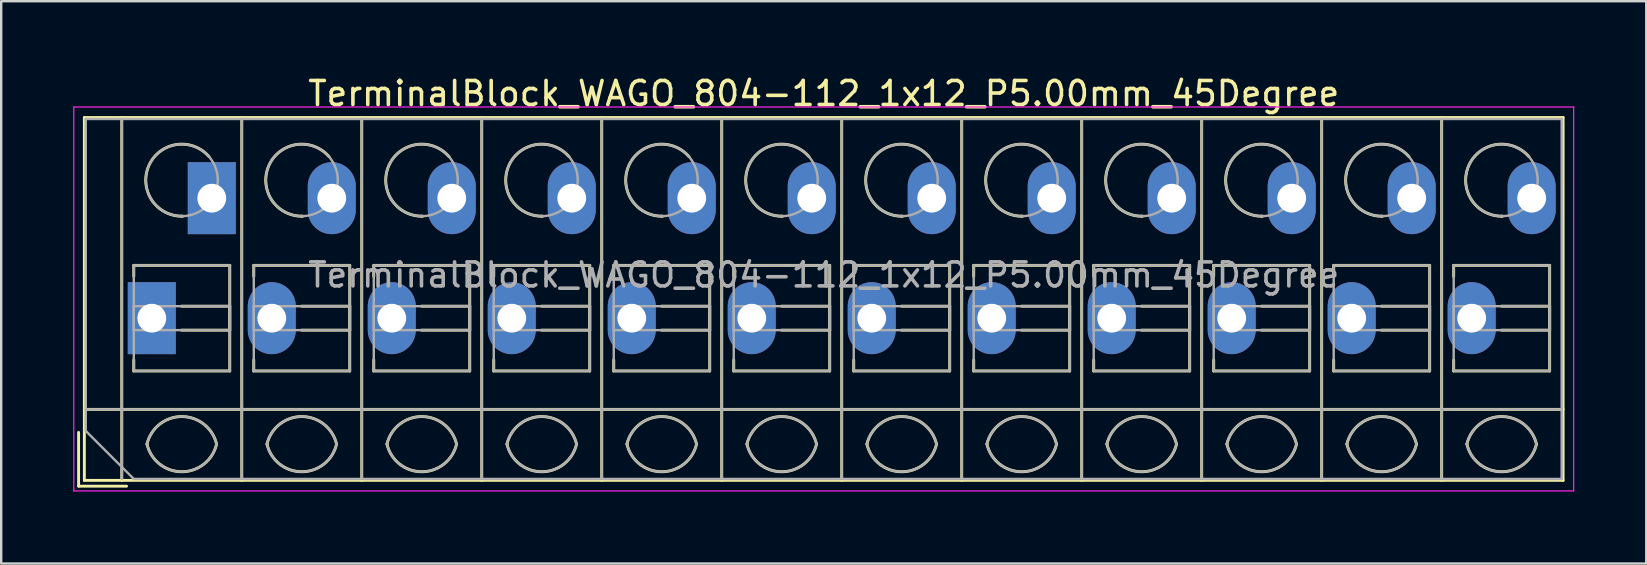
<source format=kicad_pcb>
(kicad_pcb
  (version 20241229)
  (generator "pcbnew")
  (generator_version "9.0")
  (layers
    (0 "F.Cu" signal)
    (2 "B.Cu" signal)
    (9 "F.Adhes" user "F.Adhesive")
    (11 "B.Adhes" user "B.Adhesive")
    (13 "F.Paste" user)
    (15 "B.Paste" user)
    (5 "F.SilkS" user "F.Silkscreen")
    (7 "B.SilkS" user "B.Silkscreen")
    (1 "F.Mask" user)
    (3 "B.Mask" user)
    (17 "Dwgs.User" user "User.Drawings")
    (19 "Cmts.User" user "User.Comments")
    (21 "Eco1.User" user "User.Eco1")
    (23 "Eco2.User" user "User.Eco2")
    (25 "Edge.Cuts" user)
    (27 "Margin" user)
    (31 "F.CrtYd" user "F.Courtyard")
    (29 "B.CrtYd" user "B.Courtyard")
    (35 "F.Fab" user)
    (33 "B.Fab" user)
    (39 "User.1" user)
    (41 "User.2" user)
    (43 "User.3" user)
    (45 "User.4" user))
  (footprint "TerminalBlock_WAGO_804-112_1x12_P5.00mm_45Degree"
    (layer "F.Cu")
    (at 3.275 10.208)
    (property "Reference" "TerminalBlock_WAGO_804-112_1x12_P5.00mm_45Degree" (at 28 -9.36 0) (layer "F.SilkS") (effects (font (size 1 1) (thickness 0.15))))
    (attr through_hole)
    (fp_line (start -3.05 4.76) (end -3.05 7) (stroke (width 0.12) (type solid)) (layer "F.SilkS"))
    (fp_line (start -3.05 7) (end -1.05 7) (stroke (width 0.12) (type solid)) (layer "F.SilkS"))
    (fp_line (start -2.81 -8.361) (end -2.81 6.76) (stroke (width 0.12) (type solid)) (layer "F.SilkS"))
    (fp_line (start -2.81 -8.361) (end 58.81 -8.361) (stroke (width 0.12) (type solid)) (layer "F.SilkS"))
    (fp_line (start -2.81 3.8) (end 58.81 3.8) (stroke (width 0.12) (type solid)) (layer "F.SilkS"))
    (fp_line (start -2.81 6.76) (end 58.81 6.76) (stroke (width 0.12) (type solid)) (layer "F.SilkS"))
    (fp_line (start -1.25 -8.361) (end -1.25 6.76) (stroke (width 0.12) (type solid)) (layer "F.SilkS"))
    (fp_line (start -0.75 -2.2) (end -0.75 -1.74) (stroke (width 0.12) (type solid)) (layer "F.SilkS"))
    (fp_line (start -0.75 -2.2) (end 3.25 -2.2) (stroke (width 0.12) (type solid)) (layer "F.SilkS"))
    (fp_line (start -0.75 1.74) (end -0.75 2.2) (stroke (width 0.12) (type solid)) (layer "F.SilkS"))
    (fp_line (start -0.75 2.2) (end 3.25 2.2) (stroke (width 0.12) (type solid)) (layer "F.SilkS"))
    (fp_line (start 1.24 -0.5) (end 3.25 -0.5) (stroke (width 0.12) (type solid)) (layer "F.SilkS"))
    (fp_line (start 1.24 0.5) (end 3.25 0.5) (stroke (width 0.12) (type solid)) (layer "F.SilkS"))
    (fp_line (start 3.25 -2.2) (end 3.25 2.2) (stroke (width 0.12) (type solid)) (layer "F.SilkS"))
    (fp_line (start 3.25 -0.5) (end 3.25 0.5) (stroke (width 0.12) (type solid)) (layer "F.SilkS"))
    (fp_line (start 3.75 -8.361) (end 3.75 6.76) (stroke (width 0.12) (type solid)) (layer "F.SilkS"))
    (fp_line (start 4.25 -2.2) (end 4.25 -1.74) (stroke (width 0.12) (type solid)) (layer "F.SilkS"))
    (fp_line (start 4.25 -2.2) (end 8.25 -2.2) (stroke (width 0.12) (type solid)) (layer "F.SilkS"))
    (fp_line (start 4.25 1.74) (end 4.25 2.2) (stroke (width 0.12) (type solid)) (layer "F.SilkS"))
    (fp_line (start 4.25 2.2) (end 8.25 2.2) (stroke (width 0.12) (type solid)) (layer "F.SilkS"))
    (fp_line (start 6.24 -0.5) (end 8.25 -0.5) (stroke (width 0.12) (type solid)) (layer "F.SilkS"))
    (fp_line (start 6.24 0.5) (end 8.25 0.5) (stroke (width 0.12) (type solid)) (layer "F.SilkS"))
    (fp_line (start 8.25 -2.2) (end 8.25 2.2) (stroke (width 0.12) (type solid)) (layer "F.SilkS"))
    (fp_line (start 8.25 -0.5) (end 8.25 0.5) (stroke (width 0.12) (type solid)) (layer "F.SilkS"))
    (fp_line (start 8.75 -8.361) (end 8.75 6.76) (stroke (width 0.12) (type solid)) (layer "F.SilkS"))
    (fp_line (start 9.25 -2.2) (end 9.25 -1.74) (stroke (width 0.12) (type solid)) (layer "F.SilkS"))
    (fp_line (start 9.25 -2.2) (end 13.25 -2.2) (stroke (width 0.12) (type solid)) (layer "F.SilkS"))
    (fp_line (start 9.25 1.74) (end 9.25 2.2) (stroke (width 0.12) (type solid)) (layer "F.SilkS"))
    (fp_line (start 9.25 2.2) (end 13.25 2.2) (stroke (width 0.12) (type solid)) (layer "F.SilkS"))
    (fp_line (start 11.24 -0.5) (end 13.25 -0.5) (stroke (width 0.12) (type solid)) (layer "F.SilkS"))
    (fp_line (start 11.24 0.5) (end 13.25 0.5) (stroke (width 0.12) (type solid)) (layer "F.SilkS"))
    (fp_line (start 13.25 -2.2) (end 13.25 2.2) (stroke (width 0.12) (type solid)) (layer "F.SilkS"))
    (fp_line (start 13.25 -0.5) (end 13.25 0.5) (stroke (width 0.12) (type solid)) (layer "F.SilkS"))
    (fp_line (start 13.75 -8.361) (end 13.75 6.76) (stroke (width 0.12) (type solid)) (layer "F.SilkS"))
    (fp_line (start 14.25 -2.2) (end 14.25 -1.74) (stroke (width 0.12) (type solid)) (layer "F.SilkS"))
    (fp_line (start 14.25 -2.2) (end 18.25 -2.2) (stroke (width 0.12) (type solid)) (layer "F.SilkS"))
    (fp_line (start 14.25 1.74) (end 14.25 2.2) (stroke (width 0.12) (type solid)) (layer "F.SilkS"))
    (fp_line (start 14.25 2.2) (end 18.25 2.2) (stroke (width 0.12) (type solid)) (layer "F.SilkS"))
    (fp_line (start 16.24 -0.5) (end 18.25 -0.5) (stroke (width 0.12) (type solid)) (layer "F.SilkS"))
    (fp_line (start 16.24 0.5) (end 18.25 0.5) (stroke (width 0.12) (type solid)) (layer "F.SilkS"))
    (fp_line (start 18.25 -2.2) (end 18.25 2.2) (stroke (width 0.12) (type solid)) (layer "F.SilkS"))
    (fp_line (start 18.25 -0.5) (end 18.25 0.5) (stroke (width 0.12) (type solid)) (layer "F.SilkS"))
    (fp_line (start 18.75 -8.361) (end 18.75 6.76) (stroke (width 0.12) (type solid)) (layer "F.SilkS"))
    (fp_line (start 19.25 -2.2) (end 19.25 -1.74) (stroke (width 0.12) (type solid)) (layer "F.SilkS"))
    (fp_line (start 19.25 -2.2) (end 23.25 -2.2) (stroke (width 0.12) (type solid)) (layer "F.SilkS"))
    (fp_line (start 19.25 1.74) (end 19.25 2.2) (stroke (width 0.12) (type solid)) (layer "F.SilkS"))
    (fp_line (start 19.25 2.2) (end 23.25 2.2) (stroke (width 0.12) (type solid)) (layer "F.SilkS"))
    (fp_line (start 21.24 -0.5) (end 23.25 -0.5) (stroke (width 0.12) (type solid)) (layer "F.SilkS"))
    (fp_line (start 21.24 0.5) (end 23.25 0.5) (stroke (width 0.12) (type solid)) (layer "F.SilkS"))
    (fp_line (start 23.25 -2.2) (end 23.25 2.2) (stroke (width 0.12) (type solid)) (layer "F.SilkS"))
    (fp_line (start 23.25 -0.5) (end 23.25 0.5) (stroke (width 0.12) (type solid)) (layer "F.SilkS"))
    (fp_line (start 23.75 -8.361) (end 23.75 6.76) (stroke (width 0.12) (type solid)) (layer "F.SilkS"))
    (fp_line (start 24.25 -2.2) (end 24.25 -1.74) (stroke (width 0.12) (type solid)) (layer "F.SilkS"))
    (fp_line (start 24.25 -2.2) (end 28.25 -2.2) (stroke (width 0.12) (type solid)) (layer "F.SilkS"))
    (fp_line (start 24.25 1.74) (end 24.25 2.2) (stroke (width 0.12) (type solid)) (layer "F.SilkS"))
    (fp_line (start 24.25 2.2) (end 28.25 2.2) (stroke (width 0.12) (type solid)) (layer "F.SilkS"))
    (fp_line (start 26.24 -0.5) (end 28.25 -0.5) (stroke (width 0.12) (type solid)) (layer "F.SilkS"))
    (fp_line (start 26.24 0.5) (end 28.25 0.5) (stroke (width 0.12) (type solid)) (layer "F.SilkS"))
    (fp_line (start 28.25 -2.2) (end 28.25 2.2) (stroke (width 0.12) (type solid)) (layer "F.SilkS"))
    (fp_line (start 28.25 -0.5) (end 28.25 0.5) (stroke (width 0.12) (type solid)) (layer "F.SilkS"))
    (fp_line (start 28.75 -8.361) (end 28.75 6.76) (stroke (width 0.12) (type solid)) (layer "F.SilkS"))
    (fp_line (start 29.25 -2.2) (end 29.25 -1.74) (stroke (width 0.12) (type solid)) (layer "F.SilkS"))
    (fp_line (start 29.25 -2.2) (end 33.25 -2.2) (stroke (width 0.12) (type solid)) (layer "F.SilkS"))
    (fp_line (start 29.25 1.74) (end 29.25 2.2) (stroke (width 0.12) (type solid)) (layer "F.SilkS"))
    (fp_line (start 29.25 2.2) (end 33.25 2.2) (stroke (width 0.12) (type solid)) (layer "F.SilkS"))
    (fp_line (start 31.24 -0.5) (end 33.25 -0.5) (stroke (width 0.12) (type solid)) (layer "F.SilkS"))
    (fp_line (start 31.24 0.5) (end 33.25 0.5) (stroke (width 0.12) (type solid)) (layer "F.SilkS"))
    (fp_line (start 33.25 -2.2) (end 33.25 2.2) (stroke (width 0.12) (type solid)) (layer "F.SilkS"))
    (fp_line (start 33.25 -0.5) (end 33.25 0.5) (stroke (width 0.12) (type solid)) (layer "F.SilkS"))
    (fp_line (start 33.75 -8.361) (end 33.75 6.76) (stroke (width 0.12) (type solid)) (layer "F.SilkS"))
    (fp_line (start 34.25 -2.2) (end 34.25 -1.74) (stroke (width 0.12) (type solid)) (layer "F.SilkS"))
    (fp_line (start 34.25 -2.2) (end 38.25 -2.2) (stroke (width 0.12) (type solid)) (layer "F.SilkS"))
    (fp_line (start 34.25 1.74) (end 34.25 2.2) (stroke (width 0.12) (type solid)) (layer "F.SilkS"))
    (fp_line (start 34.25 2.2) (end 38.25 2.2) (stroke (width 0.12) (type solid)) (layer "F.SilkS"))
    (fp_line (start 36.24 -0.5) (end 38.25 -0.5) (stroke (width 0.12) (type solid)) (layer "F.SilkS"))
    (fp_line (start 36.24 0.5) (end 38.25 0.5) (stroke (width 0.12) (type solid)) (layer "F.SilkS"))
    (fp_line (start 38.25 -2.2) (end 38.25 2.2) (stroke (width 0.12) (type solid)) (layer "F.SilkS"))
    (fp_line (start 38.25 -0.5) (end 38.25 0.5) (stroke (width 0.12) (type solid)) (layer "F.SilkS"))
    (fp_line (start 38.75 -8.361) (end 38.75 6.76) (stroke (width 0.12) (type solid)) (layer "F.SilkS"))
    (fp_line (start 39.25 -2.2) (end 39.25 -1.74) (stroke (width 0.12) (type solid)) (layer "F.SilkS"))
    (fp_line (start 39.25 -2.2) (end 43.25 -2.2) (stroke (width 0.12) (type solid)) (layer "F.SilkS"))
    (fp_line (start 39.25 1.74) (end 39.25 2.2) (stroke (width 0.12) (type solid)) (layer "F.SilkS"))
    (fp_line (start 39.25 2.2) (end 43.25 2.2) (stroke (width 0.12) (type solid)) (layer "F.SilkS"))
    (fp_line (start 41.24 -0.5) (end 43.25 -0.5) (stroke (width 0.12) (type solid)) (layer "F.SilkS"))
    (fp_line (start 41.24 0.5) (end 43.25 0.5) (stroke (width 0.12) (type solid)) (layer "F.SilkS"))
    (fp_line (start 43.25 -2.2) (end 43.25 2.2) (stroke (width 0.12) (type solid)) (layer "F.SilkS"))
    (fp_line (start 43.25 -0.5) (end 43.25 0.5) (stroke (width 0.12) (type solid)) (layer "F.SilkS"))
    (fp_line (start 43.75 -8.361) (end 43.75 6.76) (stroke (width 0.12) (type solid)) (layer "F.SilkS"))
    (fp_line (start 44.25 -2.2) (end 44.25 -1.74) (stroke (width 0.12) (type solid)) (layer "F.SilkS"))
    (fp_line (start 44.25 -2.2) (end 48.25 -2.2) (stroke (width 0.12) (type solid)) (layer "F.SilkS"))
    (fp_line (start 44.25 1.74) (end 44.25 2.2) (stroke (width 0.12) (type solid)) (layer "F.SilkS"))
    (fp_line (start 44.25 2.2) (end 48.25 2.2) (stroke (width 0.12) (type solid)) (layer "F.SilkS"))
    (fp_line (start 46.24 -0.5) (end 48.25 -0.5) (stroke (width 0.12) (type solid)) (layer "F.SilkS"))
    (fp_line (start 46.24 0.5) (end 48.25 0.5) (stroke (width 0.12) (type solid)) (layer "F.SilkS"))
    (fp_line (start 48.25 -2.2) (end 48.25 2.2) (stroke (width 0.12) (type solid)) (layer "F.SilkS"))
    (fp_line (start 48.25 -0.5) (end 48.25 0.5) (stroke (width 0.12) (type solid)) (layer "F.SilkS"))
    (fp_line (start 48.75 -8.361) (end 48.75 6.76) (stroke (width 0.12) (type solid)) (layer "F.SilkS"))
    (fp_line (start 49.25 -2.2) (end 49.25 -1.74) (stroke (width 0.12) (type solid)) (layer "F.SilkS"))
    (fp_line (start 49.25 -2.2) (end 53.25 -2.2) (stroke (width 0.12) (type solid)) (layer "F.SilkS"))
    (fp_line (start 49.25 1.74) (end 49.25 2.2) (stroke (width 0.12) (type solid)) (layer "F.SilkS"))
    (fp_line (start 49.25 2.2) (end 53.25 2.2) (stroke (width 0.12) (type solid)) (layer "F.SilkS"))
    (fp_line (start 51.24 -0.5) (end 53.25 -0.5) (stroke (width 0.12) (type solid)) (layer "F.SilkS"))
    (fp_line (start 51.24 0.5) (end 53.25 0.5) (stroke (width 0.12) (type solid)) (layer "F.SilkS"))
    (fp_line (start 53.25 -2.2) (end 53.25 2.2) (stroke (width 0.12) (type solid)) (layer "F.SilkS"))
    (fp_line (start 53.25 -0.5) (end 53.25 0.5) (stroke (width 0.12) (type solid)) (layer "F.SilkS"))
    (fp_line (start 53.75 -8.361) (end 53.75 6.76) (stroke (width 0.12) (type solid)) (layer "F.SilkS"))
    (fp_line (start 54.25 -2.2) (end 54.25 -1.74) (stroke (width 0.12) (type solid)) (layer "F.SilkS"))
    (fp_line (start 54.25 -2.2) (end 58.25 -2.2) (stroke (width 0.12) (type solid)) (layer "F.SilkS"))
    (fp_line (start 54.25 1.74) (end 54.25 2.2) (stroke (width 0.12) (type solid)) (layer "F.SilkS"))
    (fp_line (start 54.25 2.2) (end 58.25 2.2) (stroke (width 0.12) (type solid)) (layer "F.SilkS"))
    (fp_line (start 56.24 -0.5) (end 58.25 -0.5) (stroke (width 0.12) (type solid)) (layer "F.SilkS"))
    (fp_line (start 56.24 0.5) (end 58.25 0.5) (stroke (width 0.12) (type solid)) (layer "F.SilkS"))
    (fp_line (start 58.25 -2.2) (end 58.25 2.2) (stroke (width 0.12) (type solid)) (layer "F.SilkS"))
    (fp_line (start 58.25 -0.5) (end 58.25 0.5) (stroke (width 0.12) (type solid)) (layer "F.SilkS"))
    (fp_line (start 58.81 -8.361) (end 58.81 6.76) (stroke (width 0.12) (type solid)) (layer "F.SilkS"))
    (fp_arc (start -0.200865 5.250424) (mid 1.250296 4.099926) (end 2.701 5.251) (stroke (width 0.12) (type solid)) (layer "F.SilkS"))
    (fp_arc (start 1.276179 -4.250228) (mid 1.26309 -4.250057) (end 1.25 -4.25) (stroke (width 0.12) (type solid)) (layer "F.SilkS"))
    (fp_arc (start 1.276275 -4.248926) (mid -0.121539 -6.360568) (end 2.383 -6.735) (stroke (width 0.12) (type solid)) (layer "F.SilkS"))
    (fp_arc (start 2.7 5.25) (mid 1.250068 6.400101) (end -0.199969 5.250133) (stroke (width 0.12) (type solid)) (layer "F.SilkS"))
    (fp_arc (start 4.799135 5.250424) (mid 6.250296 4.099926) (end 7.701 5.251) (stroke (width 0.12) (type solid)) (layer "F.SilkS"))
    (fp_arc (start 6.276179 -4.250228) (mid 6.26309 -4.250057) (end 6.25 -4.25) (stroke (width 0.12) (type solid)) (layer "F.SilkS"))
    (fp_arc (start 6.276275 -4.248926) (mid 4.878461 -6.360568) (end 7.383 -6.735) (stroke (width 0.12) (type solid)) (layer "F.SilkS"))
    (fp_arc (start 7.7 5.25) (mid 6.250068 6.400101) (end 4.800031 5.250133) (stroke (width 0.12) (type solid)) (layer "F.SilkS"))
    (fp_arc (start 9.799135 5.250424) (mid 11.250296 4.099926) (end 12.701 5.251) (stroke (width 0.12) (type solid)) (layer "F.SilkS"))
    (fp_arc (start 11.276179 -4.250228) (mid 11.26309 -4.250057) (end 11.25 -4.25) (stroke (width 0.12) (type solid)) (layer "F.SilkS"))
    (fp_arc (start 11.276275 -4.248926) (mid 9.878461 -6.360568) (end 12.383 -6.735) (stroke (width 0.12) (type solid)) (layer "F.SilkS"))
    (fp_arc (start 12.7 5.25) (mid 11.250068 6.400101) (end 9.800031 5.250133) (stroke (width 0.12) (type solid)) (layer "F.SilkS"))
    (fp_arc (start 14.799135 5.250424) (mid 16.250296 4.099926) (end 17.701 5.251) (stroke (width 0.12) (type solid)) (layer "F.SilkS"))
    (fp_arc (start 16.276179 -4.250228) (mid 16.26309 -4.250057) (end 16.25 -4.25) (stroke (width 0.12) (type solid)) (layer "F.SilkS"))
    (fp_arc (start 16.276275 -4.248926) (mid 14.878461 -6.360568) (end 17.383 -6.735) (stroke (width 0.12) (type solid)) (layer "F.SilkS"))
    (fp_arc (start 17.7 5.25) (mid 16.250068 6.400101) (end 14.800031 5.250133) (stroke (width 0.12) (type solid)) (layer "F.SilkS"))
    (fp_arc (start 19.799135 5.250424) (mid 21.250296 4.099926) (end 22.701 5.251) (stroke (width 0.12) (type solid)) (layer "F.SilkS"))
    (fp_arc (start 21.276179 -4.250228) (mid 21.26309 -4.250057) (end 21.25 -4.25) (stroke (width 0.12) (type solid)) (layer "F.SilkS"))
    (fp_arc (start 21.276275 -4.248926) (mid 19.878461 -6.360568) (end 22.383 -6.735) (stroke (width 0.12) (type solid)) (layer "F.SilkS"))
    (fp_arc (start 22.7 5.25) (mid 21.250068 6.400101) (end 19.800031 5.250133) (stroke (width 0.12) (type solid)) (layer "F.SilkS"))
    (fp_arc (start 24.799135 5.250424) (mid 26.250296 4.099926) (end 27.701 5.251) (stroke (width 0.12) (type solid)) (layer "F.SilkS"))
    (fp_arc (start 26.276179 -4.250228) (mid 26.26309 -4.250057) (end 26.25 -4.25) (stroke (width 0.12) (type solid)) (layer "F.SilkS"))
    (fp_arc (start 26.276275 -4.248926) (mid 24.878461 -6.360568) (end 27.383 -6.735) (stroke (width 0.12) (type solid)) (layer "F.SilkS"))
    (fp_arc (start 27.7 5.25) (mid 26.250068 6.400101) (end 24.800031 5.250133) (stroke (width 0.12) (type solid)) (layer "F.SilkS"))
    (fp_arc (start 29.799135 5.250424) (mid 31.250296 4.099926) (end 32.701 5.251) (stroke (width 0.12) (type solid)) (layer "F.SilkS"))
    (fp_arc (start 31.276179 -4.250228) (mid 31.26309 -4.250057) (end 31.25 -4.25) (stroke (width 0.12) (type solid)) (layer "F.SilkS"))
    (fp_arc (start 31.276275 -4.248926) (mid 29.878461 -6.360568) (end 32.383 -6.735) (stroke (width 0.12) (type solid)) (layer "F.SilkS"))
    (fp_arc (start 32.701 5.25) (mid 31.250296 6.401074) (end 29.799135 5.250576) (stroke (width 0.12) (type solid)) (layer "F.SilkS"))
    (fp_arc (start 34.799135 5.250424) (mid 36.250296 4.099926) (end 37.701 5.251) (stroke (width 0.12) (type solid)) (layer "F.SilkS"))
    (fp_arc (start 36.276179 -4.250228) (mid 36.26309 -4.250057) (end 36.25 -4.25) (stroke (width 0.12) (type solid)) (layer "F.SilkS"))
    (fp_arc (start 36.276275 -4.248926) (mid 34.878461 -6.360568) (end 37.383 -6.735) (stroke (width 0.12) (type solid)) (layer "F.SilkS"))
    (fp_arc (start 37.7 5.25) (mid 36.250068 6.400101) (end 34.800031 5.250133) (stroke (width 0.12) (type solid)) (layer "F.SilkS"))
    (fp_arc (start 39.799135 5.250424) (mid 41.250296 4.099926) (end 42.701 5.251) (stroke (width 0.12) (type solid)) (layer "F.SilkS"))
    (fp_arc (start 41.276179 -4.250228) (mid 41.26309 -4.250057) (end 41.25 -4.25) (stroke (width 0.12) (type solid)) (layer "F.SilkS"))
    (fp_arc (start 41.276275 -4.248926) (mid 39.878461 -6.360568) (end 42.383 -6.735) (stroke (width 0.12) (type solid)) (layer "F.SilkS"))
    (fp_arc (start 42.7 5.25) (mid 41.250068 6.400101) (end 39.800031 5.250133) (stroke (width 0.12) (type solid)) (layer "F.SilkS"))
    (fp_arc (start 44.799135 5.250424) (mid 46.250296 4.099926) (end 47.701 5.251) (stroke (width 0.12) (type solid)) (layer "F.SilkS"))
    (fp_arc (start 46.276179 -4.250228) (mid 46.26309 -4.250057) (end 46.25 -4.25) (stroke (width 0.12) (type solid)) (layer "F.SilkS"))
    (fp_arc (start 46.276275 -4.248926) (mid 44.878461 -6.360568) (end 47.383 -6.735) (stroke (width 0.12) (type solid)) (layer "F.SilkS"))
    (fp_arc (start 47.7 5.25) (mid 46.250068 6.400101) (end 44.800031 5.250133) (stroke (width 0.12) (type solid)) (layer "F.SilkS"))
    (fp_arc (start 49.799135 5.250424) (mid 51.250296 4.099926) (end 52.701 5.251) (stroke (width 0.12) (type solid)) (layer "F.SilkS"))
    (fp_arc (start 51.276179 -4.250228) (mid 51.26309 -4.250057) (end 51.25 -4.25) (stroke (width 0.12) (type solid)) (layer "F.SilkS"))
    (fp_arc (start 51.276275 -4.248926) (mid 49.878461 -6.360568) (end 52.383 -6.735) (stroke (width 0.12) (type solid)) (layer "F.SilkS"))
    (fp_arc (start 52.7 5.25) (mid 51.250068 6.400101) (end 49.800031 5.250133) (stroke (width 0.12) (type solid)) (layer "F.SilkS"))
    (fp_arc (start 54.799135 5.250424) (mid 56.250296 4.099926) (end 57.701 5.251) (stroke (width 0.12) (type solid)) (layer "F.SilkS"))
    (fp_arc (start 56.276179 -4.250228) (mid 56.26309 -4.250057) (end 56.25 -4.25) (stroke (width 0.12) (type solid)) (layer "F.SilkS"))
    (fp_arc (start 56.276275 -4.248926) (mid 54.878461 -6.360568) (end 57.383 -6.735) (stroke (width 0.12) (type solid)) (layer "F.SilkS"))
    (fp_arc (start 57.7 5.25) (mid 56.250068 6.400101) (end 54.800031 5.250133) (stroke (width 0.12) (type solid)) (layer "F.SilkS"))
    (fp_line (start -3.25 -8.8) (end -3.25 7.2) (stroke (width 0.05) (type solid)) (layer "F.CrtYd"))
    (fp_line (start -3.25 7.2) (end 59.25 7.2) (stroke (width 0.05) (type solid)) (layer "F.CrtYd"))
    (fp_line (start 59.25 -8.8) (end -3.25 -8.8) (stroke (width 0.05) (type solid)) (layer "F.CrtYd"))
    (fp_line (start 59.25 7.2) (end 59.25 -8.8) (stroke (width 0.05) (type solid)) (layer "F.CrtYd"))
    (fp_line (start -2.75 -8.3) (end 58.75 -8.3) (stroke (width 0.1) (type solid)) (layer "F.Fab"))
    (fp_line (start -2.75 3.8) (end 58.75 3.8) (stroke (width 0.1) (type solid)) (layer "F.Fab"))
    (fp_line (start -2.75 4.7) (end -2.75 -8.3) (stroke (width 0.1) (type solid)) (layer "F.Fab"))
    (fp_line (start -1.25 -8.3) (end -1.25 6.7) (stroke (width 0.1) (type solid)) (layer "F.Fab"))
    (fp_line (start -0.75 -2.2) (end -0.75 2.2) (stroke (width 0.1) (type solid)) (layer "F.Fab"))
    (fp_line (start -0.75 -0.5) (end -0.75 0.5) (stroke (width 0.1) (type solid)) (layer "F.Fab"))
    (fp_line (start -0.75 0.5) (end 3.25 0.5) (stroke (width 0.1) (type solid)) (layer "F.Fab"))
    (fp_line (start -0.75 2.2) (end 3.25 2.2) (stroke (width 0.1) (type solid)) (layer "F.Fab"))
    (fp_line (start -0.75 6.7) (end -2.75 4.7) (stroke (width 0.1) (type solid)) (layer "F.Fab"))
    (fp_line (start 3.25 -2.2) (end -0.75 -2.2) (stroke (width 0.1) (type solid)) (layer "F.Fab"))
    (fp_line (start 3.25 -0.5) (end -0.75 -0.5) (stroke (width 0.1) (type solid)) (layer "F.Fab"))
    (fp_line (start 3.25 0.5) (end 3.25 -0.5) (stroke (width 0.1) (type solid)) (layer "F.Fab"))
    (fp_line (start 3.25 2.2) (end 3.25 -2.2) (stroke (width 0.1) (type solid)) (layer "F.Fab"))
    (fp_line (start 3.75 -8.3) (end 3.75 6.7) (stroke (width 0.1) (type solid)) (layer "F.Fab"))
    (fp_line (start 4.25 -2.2) (end 4.25 2.2) (stroke (width 0.1) (type solid)) (layer "F.Fab"))
    (fp_line (start 4.25 -0.5) (end 4.25 0.5) (stroke (width 0.1) (type solid)) (layer "F.Fab"))
    (fp_line (start 4.25 0.5) (end 8.25 0.5) (stroke (width 0.1) (type solid)) (layer "F.Fab"))
    (fp_line (start 4.25 2.2) (end 8.25 2.2) (stroke (width 0.1) (type solid)) (layer "F.Fab"))
    (fp_line (start 8.25 -2.2) (end 4.25 -2.2) (stroke (width 0.1) (type solid)) (layer "F.Fab"))
    (fp_line (start 8.25 -0.5) (end 4.25 -0.5) (stroke (width 0.1) (type solid)) (layer "F.Fab"))
    (fp_line (start 8.25 0.5) (end 8.25 -0.5) (stroke (width 0.1) (type solid)) (layer "F.Fab"))
    (fp_line (start 8.25 2.2) (end 8.25 -2.2) (stroke (width 0.1) (type solid)) (layer "F.Fab"))
    (fp_line (start 8.75 -8.3) (end 8.75 6.7) (stroke (width 0.1) (type solid)) (layer "F.Fab"))
    (fp_line (start 9.25 -2.2) (end 9.25 2.2) (stroke (width 0.1) (type solid)) (layer "F.Fab"))
    (fp_line (start 9.25 -0.5) (end 9.25 0.5) (stroke (width 0.1) (type solid)) (layer "F.Fab"))
    (fp_line (start 9.25 0.5) (end 13.25 0.5) (stroke (width 0.1) (type solid)) (layer "F.Fab"))
    (fp_line (start 9.25 2.2) (end 13.25 2.2) (stroke (width 0.1) (type solid)) (layer "F.Fab"))
    (fp_line (start 13.25 -2.2) (end 9.25 -2.2) (stroke (width 0.1) (type solid)) (layer "F.Fab"))
    (fp_line (start 13.25 -0.5) (end 9.25 -0.5) (stroke (width 0.1) (type solid)) (layer "F.Fab"))
    (fp_line (start 13.25 0.5) (end 13.25 -0.5) (stroke (width 0.1) (type solid)) (layer "F.Fab"))
    (fp_line (start 13.25 2.2) (end 13.25 -2.2) (stroke (width 0.1) (type solid)) (layer "F.Fab"))
    (fp_line (start 13.75 -8.3) (end 13.75 6.7) (stroke (width 0.1) (type solid)) (layer "F.Fab"))
    (fp_line (start 14.25 -2.2) (end 14.25 2.2) (stroke (width 0.1) (type solid)) (layer "F.Fab"))
    (fp_line (start 14.25 -0.5) (end 14.25 0.5) (stroke (width 0.1) (type solid)) (layer "F.Fab"))
    (fp_line (start 14.25 0.5) (end 18.25 0.5) (stroke (width 0.1) (type solid)) (layer "F.Fab"))
    (fp_line (start 14.25 2.2) (end 18.25 2.2) (stroke (width 0.1) (type solid)) (layer "F.Fab"))
    (fp_line (start 18.25 -2.2) (end 14.25 -2.2) (stroke (width 0.1) (type solid)) (layer "F.Fab"))
    (fp_line (start 18.25 -0.5) (end 14.25 -0.5) (stroke (width 0.1) (type solid)) (layer "F.Fab"))
    (fp_line (start 18.25 0.5) (end 18.25 -0.5) (stroke (width 0.1) (type solid)) (layer "F.Fab"))
    (fp_line (start 18.25 2.2) (end 18.25 -2.2) (stroke (width 0.1) (type solid)) (layer "F.Fab"))
    (fp_line (start 18.75 -8.3) (end 18.75 6.7) (stroke (width 0.1) (type solid)) (layer "F.Fab"))
    (fp_line (start 19.25 -2.2) (end 19.25 2.2) (stroke (width 0.1) (type solid)) (layer "F.Fab"))
    (fp_line (start 19.25 -0.5) (end 19.25 0.5) (stroke (width 0.1) (type solid)) (layer "F.Fab"))
    (fp_line (start 19.25 0.5) (end 23.25 0.5) (stroke (width 0.1) (type solid)) (layer "F.Fab"))
    (fp_line (start 19.25 2.2) (end 23.25 2.2) (stroke (width 0.1) (type solid)) (layer "F.Fab"))
    (fp_line (start 23.25 -2.2) (end 19.25 -2.2) (stroke (width 0.1) (type solid)) (layer "F.Fab"))
    (fp_line (start 23.25 -0.5) (end 19.25 -0.5) (stroke (width 0.1) (type solid)) (layer "F.Fab"))
    (fp_line (start 23.25 0.5) (end 23.25 -0.5) (stroke (width 0.1) (type solid)) (layer "F.Fab"))
    (fp_line (start 23.25 2.2) (end 23.25 -2.2) (stroke (width 0.1) (type solid)) (layer "F.Fab"))
    (fp_line (start 23.75 -8.3) (end 23.75 6.7) (stroke (width 0.1) (type solid)) (layer "F.Fab"))
    (fp_line (start 24.25 -2.2) (end 24.25 2.2) (stroke (width 0.1) (type solid)) (layer "F.Fab"))
    (fp_line (start 24.25 -0.5) (end 24.25 0.5) (stroke (width 0.1) (type solid)) (layer "F.Fab"))
    (fp_line (start 24.25 0.5) (end 28.25 0.5) (stroke (width 0.1) (type solid)) (layer "F.Fab"))
    (fp_line (start 24.25 2.2) (end 28.25 2.2) (stroke (width 0.1) (type solid)) (layer "F.Fab"))
    (fp_line (start 28.25 -2.2) (end 24.25 -2.2) (stroke (width 0.1) (type solid)) (layer "F.Fab"))
    (fp_line (start 28.25 -0.5) (end 24.25 -0.5) (stroke (width 0.1) (type solid)) (layer "F.Fab"))
    (fp_line (start 28.25 0.5) (end 28.25 -0.5) (stroke (width 0.1) (type solid)) (layer "F.Fab"))
    (fp_line (start 28.25 2.2) (end 28.25 -2.2) (stroke (width 0.1) (type solid)) (layer "F.Fab"))
    (fp_line (start 28.75 -8.3) (end 28.75 6.7) (stroke (width 0.1) (type solid)) (layer "F.Fab"))
    (fp_line (start 29.25 -2.2) (end 29.25 2.2) (stroke (width 0.1) (type solid)) (layer "F.Fab"))
    (fp_line (start 29.25 -0.5) (end 29.25 0.5) (stroke (width 0.1) (type solid)) (layer "F.Fab"))
    (fp_line (start 29.25 0.5) (end 33.25 0.5) (stroke (width 0.1) (type solid)) (layer "F.Fab"))
    (fp_line (start 29.25 2.2) (end 33.25 2.2) (stroke (width 0.1) (type solid)) (layer "F.Fab"))
    (fp_line (start 33.25 -2.2) (end 29.25 -2.2) (stroke (width 0.1) (type solid)) (layer "F.Fab"))
    (fp_line (start 33.25 -0.5) (end 29.25 -0.5) (stroke (width 0.1) (type solid)) (layer "F.Fab"))
    (fp_line (start 33.25 0.5) (end 33.25 -0.5) (stroke (width 0.1) (type solid)) (layer "F.Fab"))
    (fp_line (start 33.25 2.2) (end 33.25 -2.2) (stroke (width 0.1) (type solid)) (layer "F.Fab"))
    (fp_line (start 33.75 -8.3) (end 33.75 6.7) (stroke (width 0.1) (type solid)) (layer "F.Fab"))
    (fp_line (start 34.25 -2.2) (end 34.25 2.2) (stroke (width 0.1) (type solid)) (layer "F.Fab"))
    (fp_line (start 34.25 -0.5) (end 34.25 0.5) (stroke (width 0.1) (type solid)) (layer "F.Fab"))
    (fp_line (start 34.25 0.5) (end 38.25 0.5) (stroke (width 0.1) (type solid)) (layer "F.Fab"))
    (fp_line (start 34.25 2.2) (end 38.25 2.2) (stroke (width 0.1) (type solid)) (layer "F.Fab"))
    (fp_line (start 38.25 -2.2) (end 34.25 -2.2) (stroke (width 0.1) (type solid)) (layer "F.Fab"))
    (fp_line (start 38.25 -0.5) (end 34.25 -0.5) (stroke (width 0.1) (type solid)) (layer "F.Fab"))
    (fp_line (start 38.25 0.5) (end 38.25 -0.5) (stroke (width 0.1) (type solid)) (layer "F.Fab"))
    (fp_line (start 38.25 2.2) (end 38.25 -2.2) (stroke (width 0.1) (type solid)) (layer "F.Fab"))
    (fp_line (start 38.75 -8.3) (end 38.75 6.7) (stroke (width 0.1) (type solid)) (layer "F.Fab"))
    (fp_line (start 39.25 -2.2) (end 39.25 2.2) (stroke (width 0.1) (type solid)) (layer "F.Fab"))
    (fp_line (start 39.25 -0.5) (end 39.25 0.5) (stroke (width 0.1) (type solid)) (layer "F.Fab"))
    (fp_line (start 39.25 0.5) (end 43.25 0.5) (stroke (width 0.1) (type solid)) (layer "F.Fab"))
    (fp_line (start 39.25 2.2) (end 43.25 2.2) (stroke (width 0.1) (type solid)) (layer "F.Fab"))
    (fp_line (start 43.25 -2.2) (end 39.25 -2.2) (stroke (width 0.1) (type solid)) (layer "F.Fab"))
    (fp_line (start 43.25 -0.5) (end 39.25 -0.5) (stroke (width 0.1) (type solid)) (layer "F.Fab"))
    (fp_line (start 43.25 0.5) (end 43.25 -0.5) (stroke (width 0.1) (type solid)) (layer "F.Fab"))
    (fp_line (start 43.25 2.2) (end 43.25 -2.2) (stroke (width 0.1) (type solid)) (layer "F.Fab"))
    (fp_line (start 43.75 -8.3) (end 43.75 6.7) (stroke (width 0.1) (type solid)) (layer "F.Fab"))
    (fp_line (start 44.25 -2.2) (end 44.25 2.2) (stroke (width 0.1) (type solid)) (layer "F.Fab"))
    (fp_line (start 44.25 -0.5) (end 44.25 0.5) (stroke (width 0.1) (type solid)) (layer "F.Fab"))
    (fp_line (start 44.25 0.5) (end 48.25 0.5) (stroke (width 0.1) (type solid)) (layer "F.Fab"))
    (fp_line (start 44.25 2.2) (end 48.25 2.2) (stroke (width 0.1) (type solid)) (layer "F.Fab"))
    (fp_line (start 48.25 -2.2) (end 44.25 -2.2) (stroke (width 0.1) (type solid)) (layer "F.Fab"))
    (fp_line (start 48.25 -0.5) (end 44.25 -0.5) (stroke (width 0.1) (type solid)) (layer "F.Fab"))
    (fp_line (start 48.25 0.5) (end 48.25 -0.5) (stroke (width 0.1) (type solid)) (layer "F.Fab"))
    (fp_line (start 48.25 2.2) (end 48.25 -2.2) (stroke (width 0.1) (type solid)) (layer "F.Fab"))
    (fp_line (start 48.75 -8.3) (end 48.75 6.7) (stroke (width 0.1) (type solid)) (layer "F.Fab"))
    (fp_line (start 49.25 -2.2) (end 49.25 2.2) (stroke (width 0.1) (type solid)) (layer "F.Fab"))
    (fp_line (start 49.25 -0.5) (end 49.25 0.5) (stroke (width 0.1) (type solid)) (layer "F.Fab"))
    (fp_line (start 49.25 0.5) (end 53.25 0.5) (stroke (width 0.1) (type solid)) (layer "F.Fab"))
    (fp_line (start 49.25 2.2) (end 53.25 2.2) (stroke (width 0.1) (type solid)) (layer "F.Fab"))
    (fp_line (start 53.25 -2.2) (end 49.25 -2.2) (stroke (width 0.1) (type solid)) (layer "F.Fab"))
    (fp_line (start 53.25 -0.5) (end 49.25 -0.5) (stroke (width 0.1) (type solid)) (layer "F.Fab"))
    (fp_line (start 53.25 0.5) (end 53.25 -0.5) (stroke (width 0.1) (type solid)) (layer "F.Fab"))
    (fp_line (start 53.25 2.2) (end 53.25 -2.2) (stroke (width 0.1) (type solid)) (layer "F.Fab"))
    (fp_line (start 53.75 -8.3) (end 53.75 6.7) (stroke (width 0.1) (type solid)) (layer "F.Fab"))
    (fp_line (start 54.25 -2.2) (end 54.25 2.2) (stroke (width 0.1) (type solid)) (layer "F.Fab"))
    (fp_line (start 54.25 -0.5) (end 54.25 0.5) (stroke (width 0.1) (type solid)) (layer "F.Fab"))
    (fp_line (start 54.25 0.5) (end 58.25 0.5) (stroke (width 0.1) (type solid)) (layer "F.Fab"))
    (fp_line (start 54.25 2.2) (end 58.25 2.2) (stroke (width 0.1) (type solid)) (layer "F.Fab"))
    (fp_line (start 58.25 -2.2) (end 54.25 -2.2) (stroke (width 0.1) (type solid)) (layer "F.Fab"))
    (fp_line (start 58.25 -0.5) (end 54.25 -0.5) (stroke (width 0.1) (type solid)) (layer "F.Fab"))
    (fp_line (start 58.25 0.5) (end 58.25 -0.5) (stroke (width 0.1) (type solid)) (layer "F.Fab"))
    (fp_line (start 58.25 2.2) (end 58.25 -2.2) (stroke (width 0.1) (type solid)) (layer "F.Fab"))
    (fp_line (start 58.75 -8.3) (end 58.75 6.7) (stroke (width 0.1) (type solid)) (layer "F.Fab"))
    (fp_line (start 58.75 6.7) (end -0.75 6.7) (stroke (width 0.1) (type solid)) (layer "F.Fab"))
    (fp_arc (start -0.200865 5.250424) (mid 1.250296 4.099926) (end 2.701 5.251) (stroke (width 0.1) (type solid)) (layer "F.Fab"))
    (fp_arc (start 2.7 5.25) (mid 1.250068 6.400101) (end -0.199969 5.250133) (stroke (width 0.1) (type solid)) (layer "F.Fab"))
    (fp_arc (start 4.799135 5.250424) (mid 6.250296 4.099926) (end 7.701 5.251) (stroke (width 0.1) (type solid)) (layer "F.Fab"))
    (fp_arc (start 7.7 5.25) (mid 6.250068 6.400101) (end 4.800031 5.250133) (stroke (width 0.1) (type solid)) (layer "F.Fab"))
    (fp_arc (start 9.799135 5.250424) (mid 11.250296 4.099926) (end 12.701 5.251) (stroke (width 0.1) (type solid)) (layer "F.Fab"))
    (fp_arc (start 12.7 5.25) (mid 11.250068 6.400101) (end 9.800031 5.250133) (stroke (width 0.1) (type solid)) (layer "F.Fab"))
    (fp_arc (start 14.799135 5.250424) (mid 16.250296 4.099926) (end 17.701 5.251) (stroke (width 0.1) (type solid)) (layer "F.Fab"))
    (fp_arc (start 17.7 5.25) (mid 16.250068 6.400101) (end 14.800031 5.250133) (stroke (width 0.1) (type solid)) (layer "F.Fab"))
    (fp_arc (start 19.799135 5.250424) (mid 21.250296 4.099926) (end 22.701 5.251) (stroke (width 0.1) (type solid)) (layer "F.Fab"))
    (fp_arc (start 22.7 5.25) (mid 21.250068 6.400101) (end 19.800031 5.250133) (stroke (width 0.1) (type solid)) (layer "F.Fab"))
    (fp_arc (start 24.799135 5.250424) (mid 26.250296 4.099926) (end 27.701 5.251) (stroke (width 0.1) (type solid)) (layer "F.Fab"))
    (fp_arc (start 27.7 5.25) (mid 26.250068 6.400101) (end 24.800031 5.250133) (stroke (width 0.1) (type solid)) (layer "F.Fab"))
    (fp_arc (start 29.799135 5.250424) (mid 31.250296 4.099926) (end 32.701 5.251) (stroke (width 0.1) (type solid)) (layer "F.Fab"))
    (fp_arc (start 32.701 5.25) (mid 31.250296 6.401074) (end 29.799135 5.250576) (stroke (width 0.1) (type solid)) (layer "F.Fab"))
    (fp_arc (start 34.799135 5.250424) (mid 36.250296 4.099926) (end 37.701 5.251) (stroke (width 0.1) (type solid)) (layer "F.Fab"))
    (fp_arc (start 37.7 5.25) (mid 36.250068 6.400101) (end 34.800031 5.250133) (stroke (width 0.1) (type solid)) (layer "F.Fab"))
    (fp_arc (start 39.799135 5.250424) (mid 41.250296 4.099926) (end 42.701 5.251) (stroke (width 0.1) (type solid)) (layer "F.Fab"))
    (fp_arc (start 42.7 5.25) (mid 41.250068 6.400101) (end 39.800031 5.250133) (stroke (width 0.1) (type solid)) (layer "F.Fab"))
    (fp_arc (start 44.799135 5.250424) (mid 46.250296 4.099926) (end 47.701 5.251) (stroke (width 0.1) (type solid)) (layer "F.Fab"))
    (fp_arc (start 47.7 5.25) (mid 46.250068 6.400101) (end 44.800031 5.250133) (stroke (width 0.1) (type solid)) (layer "F.Fab"))
    (fp_arc (start 49.799135 5.250424) (mid 51.250296 4.099926) (end 52.701 5.251) (stroke (width 0.1) (type solid)) (layer "F.Fab"))
    (fp_arc (start 52.7 5.25) (mid 51.250068 6.400101) (end 49.800031 5.250133) (stroke (width 0.1) (type solid)) (layer "F.Fab"))
    (fp_arc (start 54.799135 5.250424) (mid 56.250296 4.099926) (end 57.701 5.251) (stroke (width 0.1) (type solid)) (layer "F.Fab"))
    (fp_arc (start 57.7 5.25) (mid 56.250068 6.400101) (end 54.800031 5.250133) (stroke (width 0.1) (type solid)) (layer "F.Fab"))
    (fp_circle (center 1.25 -5.75) (end 2.75 -5.75) (stroke (width 0.1) (type solid)) (fill no) (layer "F.Fab"))
    (fp_circle (center 6.25 -5.75) (end 7.75 -5.75) (stroke (width 0.1) (type solid)) (fill no) (layer "F.Fab"))
    (fp_circle (center 11.25 -5.75) (end 12.75 -5.75) (stroke (width 0.1) (type solid)) (fill no) (layer "F.Fab"))
    (fp_circle (center 16.25 -5.75) (end 17.75 -5.75) (stroke (width 0.1) (type solid)) (fill no) (layer "F.Fab"))
    (fp_circle (center 21.25 -5.75) (end 22.75 -5.75) (stroke (width 0.1) (type solid)) (fill no) (layer "F.Fab"))
    (fp_circle (center 26.25 -5.75) (end 27.75 -5.75) (stroke (width 0.1) (type solid)) (fill no) (layer "F.Fab"))
    (fp_circle (center 31.25 -5.75) (end 32.75 -5.75) (stroke (width 0.1) (type solid)) (fill no) (layer "F.Fab"))
    (fp_circle (center 36.25 -5.75) (end 37.75 -5.75) (stroke (width 0.1) (type solid)) (fill no) (layer "F.Fab"))
    (fp_circle (center 41.25 -5.75) (end 42.75 -5.75) (stroke (width 0.1) (type solid)) (fill no) (layer "F.Fab"))
    (fp_circle (center 46.25 -5.75) (end 47.75 -5.75) (stroke (width 0.1) (type solid)) (fill no) (layer "F.Fab"))
    (fp_circle (center 51.25 -5.75) (end 52.75 -5.75) (stroke (width 0.1) (type solid)) (fill no) (layer "F.Fab"))
    (fp_circle (center 56.25 -5.75) (end 57.75 -5.75) (stroke (width 0.1) (type solid)) (fill no) (layer "F.Fab"))
    (fp_text user "${REFERENCE}" (at 28 -1.8 0) (layer "F.Fab") (effects (font (size 1 1) (thickness 0.15))))
    (pad "1" thru_hole rect (at 0 0) (size 2 3) (drill 1.2) (layers "*.Cu" "*.Mask"))
    (pad "1" thru_hole rect (at 2.5 -5) (size 2 3) (drill 1.2) (layers "*.Cu" "*.Mask"))
    (pad "2" thru_hole oval (at 5 0) (size 2 3) (drill 1.2) (layers "*.Cu" "*.Mask"))
    (pad "2" thru_hole oval (at 7.5 -5) (size 2 3) (drill 1.2) (layers "*.Cu" "*.Mask"))
    (pad "3" thru_hole oval (at 10 0) (size 2 3) (drill 1.2) (layers "*.Cu" "*.Mask"))
    (pad "3" thru_hole oval (at 12.5 -5) (size 2 3) (drill 1.2) (layers "*.Cu" "*.Mask"))
    (pad "4" thru_hole oval (at 15 0) (size 2 3) (drill 1.2) (layers "*.Cu" "*.Mask"))
    (pad "4" thru_hole oval (at 17.5 -5) (size 2 3) (drill 1.2) (layers "*.Cu" "*.Mask"))
    (pad "5" thru_hole oval (at 20 0) (size 2 3) (drill 1.2) (layers "*.Cu" "*.Mask"))
    (pad "5" thru_hole oval (at 22.5 -5) (size 2 3) (drill 1.2) (layers "*.Cu" "*.Mask"))
    (pad "6" thru_hole oval (at 25 0) (size 2 3) (drill 1.2) (layers "*.Cu" "*.Mask"))
    (pad "6" thru_hole oval (at 27.5 -5) (size 2 3) (drill 1.2) (layers "*.Cu" "*.Mask"))
    (pad "7" thru_hole oval (at 30 0) (size 2 3) (drill 1.2) (layers "*.Cu" "*.Mask"))
    (pad "7" thru_hole oval (at 32.5 -5) (size 2 3) (drill 1.2) (layers "*.Cu" "*.Mask"))
    (pad "8" thru_hole oval (at 35 0) (size 2 3) (drill 1.2) (layers "*.Cu" "*.Mask"))
    (pad "8" thru_hole oval (at 37.5 -5) (size 2 3) (drill 1.2) (layers "*.Cu" "*.Mask"))
    (pad "9" thru_hole oval (at 40 0) (size 2 3) (drill 1.2) (layers "*.Cu" "*.Mask"))
    (pad "9" thru_hole oval (at 42.5 -5) (size 2 3) (drill 1.2) (layers "*.Cu" "*.Mask"))
    (pad "10" thru_hole oval (at 45 0) (size 2 3) (drill 1.2) (layers "*.Cu" "*.Mask"))
    (pad "10" thru_hole oval (at 47.5 -5) (size 2 3) (drill 1.2) (layers "*.Cu" "*.Mask"))
    (pad "11" thru_hole oval (at 50 0) (size 2 3) (drill 1.2) (layers "*.Cu" "*.Mask"))
    (pad "11" thru_hole oval (at 52.5 -5) (size 2 3) (drill 1.2) (layers "*.Cu" "*.Mask"))
    (pad "12" thru_hole oval (at 55 0) (size 2 3) (drill 1.2) (layers "*.Cu" "*.Mask"))
    (pad "12" thru_hole oval (at 57.5 -5) (size 2 3) (drill 1.2) (layers "*.Cu" "*.Mask")))
  (gr_rect
    (start -3 -3)
    (end 65.55 20.433)
    (stroke (width 0.1) (type default))
    (fill no)
    (layer "Edge.Cuts")))
</source>
